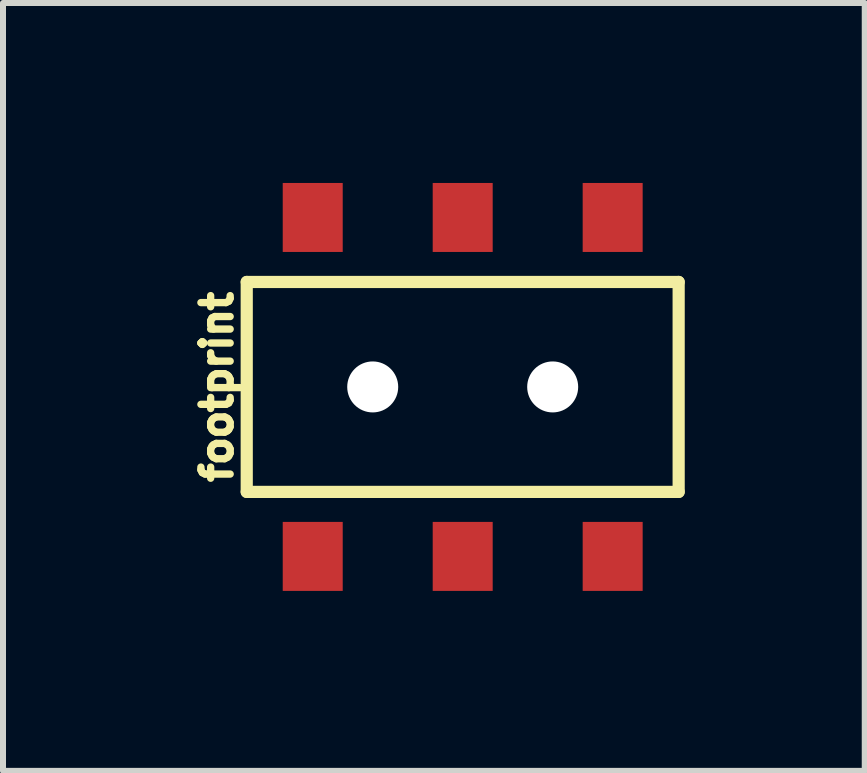
<source format=kicad_pcb>
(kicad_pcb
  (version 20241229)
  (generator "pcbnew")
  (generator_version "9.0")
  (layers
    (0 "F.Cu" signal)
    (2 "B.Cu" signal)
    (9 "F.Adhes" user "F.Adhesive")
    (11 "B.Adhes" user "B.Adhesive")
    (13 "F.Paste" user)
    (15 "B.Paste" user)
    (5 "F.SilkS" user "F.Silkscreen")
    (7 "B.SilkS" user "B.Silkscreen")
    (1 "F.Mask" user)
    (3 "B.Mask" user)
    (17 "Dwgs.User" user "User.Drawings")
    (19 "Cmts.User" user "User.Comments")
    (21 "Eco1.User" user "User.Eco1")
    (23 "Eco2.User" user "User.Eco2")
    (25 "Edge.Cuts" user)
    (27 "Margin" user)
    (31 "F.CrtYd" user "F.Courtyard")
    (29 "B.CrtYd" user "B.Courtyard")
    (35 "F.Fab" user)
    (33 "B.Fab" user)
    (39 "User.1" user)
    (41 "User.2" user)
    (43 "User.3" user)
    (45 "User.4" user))
  (footprint "footprint"
    (layer "F.Cu")
    (at 4.663 3.4)
    (property "Reference" "footprint" (at -3.81 0 90) (layer "F.SilkS") (effects (font (size 0.488 0.488) (thickness 0.122)) (justify bottom)))
    (fp_line (start -3.6 -1.75) (end -3.6 1.75) (stroke (width 0.203) (type solid)) (layer "F.SilkS"))
    (fp_line (start -3.6 1.75) (end 3.6 1.75) (stroke (width 0.203) (type solid)) (layer "F.SilkS"))
    (fp_line (start 3.6 -1.75) (end -3.6 -1.75) (stroke (width 0.203) (type solid)) (layer "F.SilkS"))
    (fp_line (start 3.6 1.75) (end 3.6 -1.75) (stroke (width 0.203) (type solid)) (layer "F.SilkS"))
    (pad "" np_thru_hole circle (at -1.5 0) (size 0.85 0.85) (drill 0.85) (layers "*.Cu" "*.Mask"))
    (pad "" np_thru_hole circle (at 1.5 0) (size 0.85 0.85) (drill 0.85) (layers "*.Cu" "*.Mask"))
    (pad "1" smd rect (at -2.5 -2.825) (size 1 1.15) (layers "F.Cu" "F.Mask" "F.Paste"))
    (pad "2" smd rect (at 0 -2.825) (size 1 1.15) (layers "F.Cu" "F.Mask" "F.Paste"))
    (pad "3" smd rect (at 2.5 -2.825) (size 1 1.15) (layers "F.Cu" "F.Mask" "F.Paste"))
    (pad "4" smd rect (at -2.5 2.825) (size 1 1.15) (layers "F.Cu" "F.Mask" "F.Paste"))
    (pad "5" smd rect (at 0 2.825) (size 1 1.15) (layers "F.Cu" "F.Mask" "F.Paste"))
    (pad "6" smd rect (at 2.5 2.825) (size 1 1.15) (layers "F.Cu" "F.Mask" "F.Paste")))
  (gr_rect
    (start -3 -3)
    (end 11.365 9.8)
    (stroke (width 0.1) (type default))
    (fill no)
    (layer "Edge.Cuts")))
</source>
